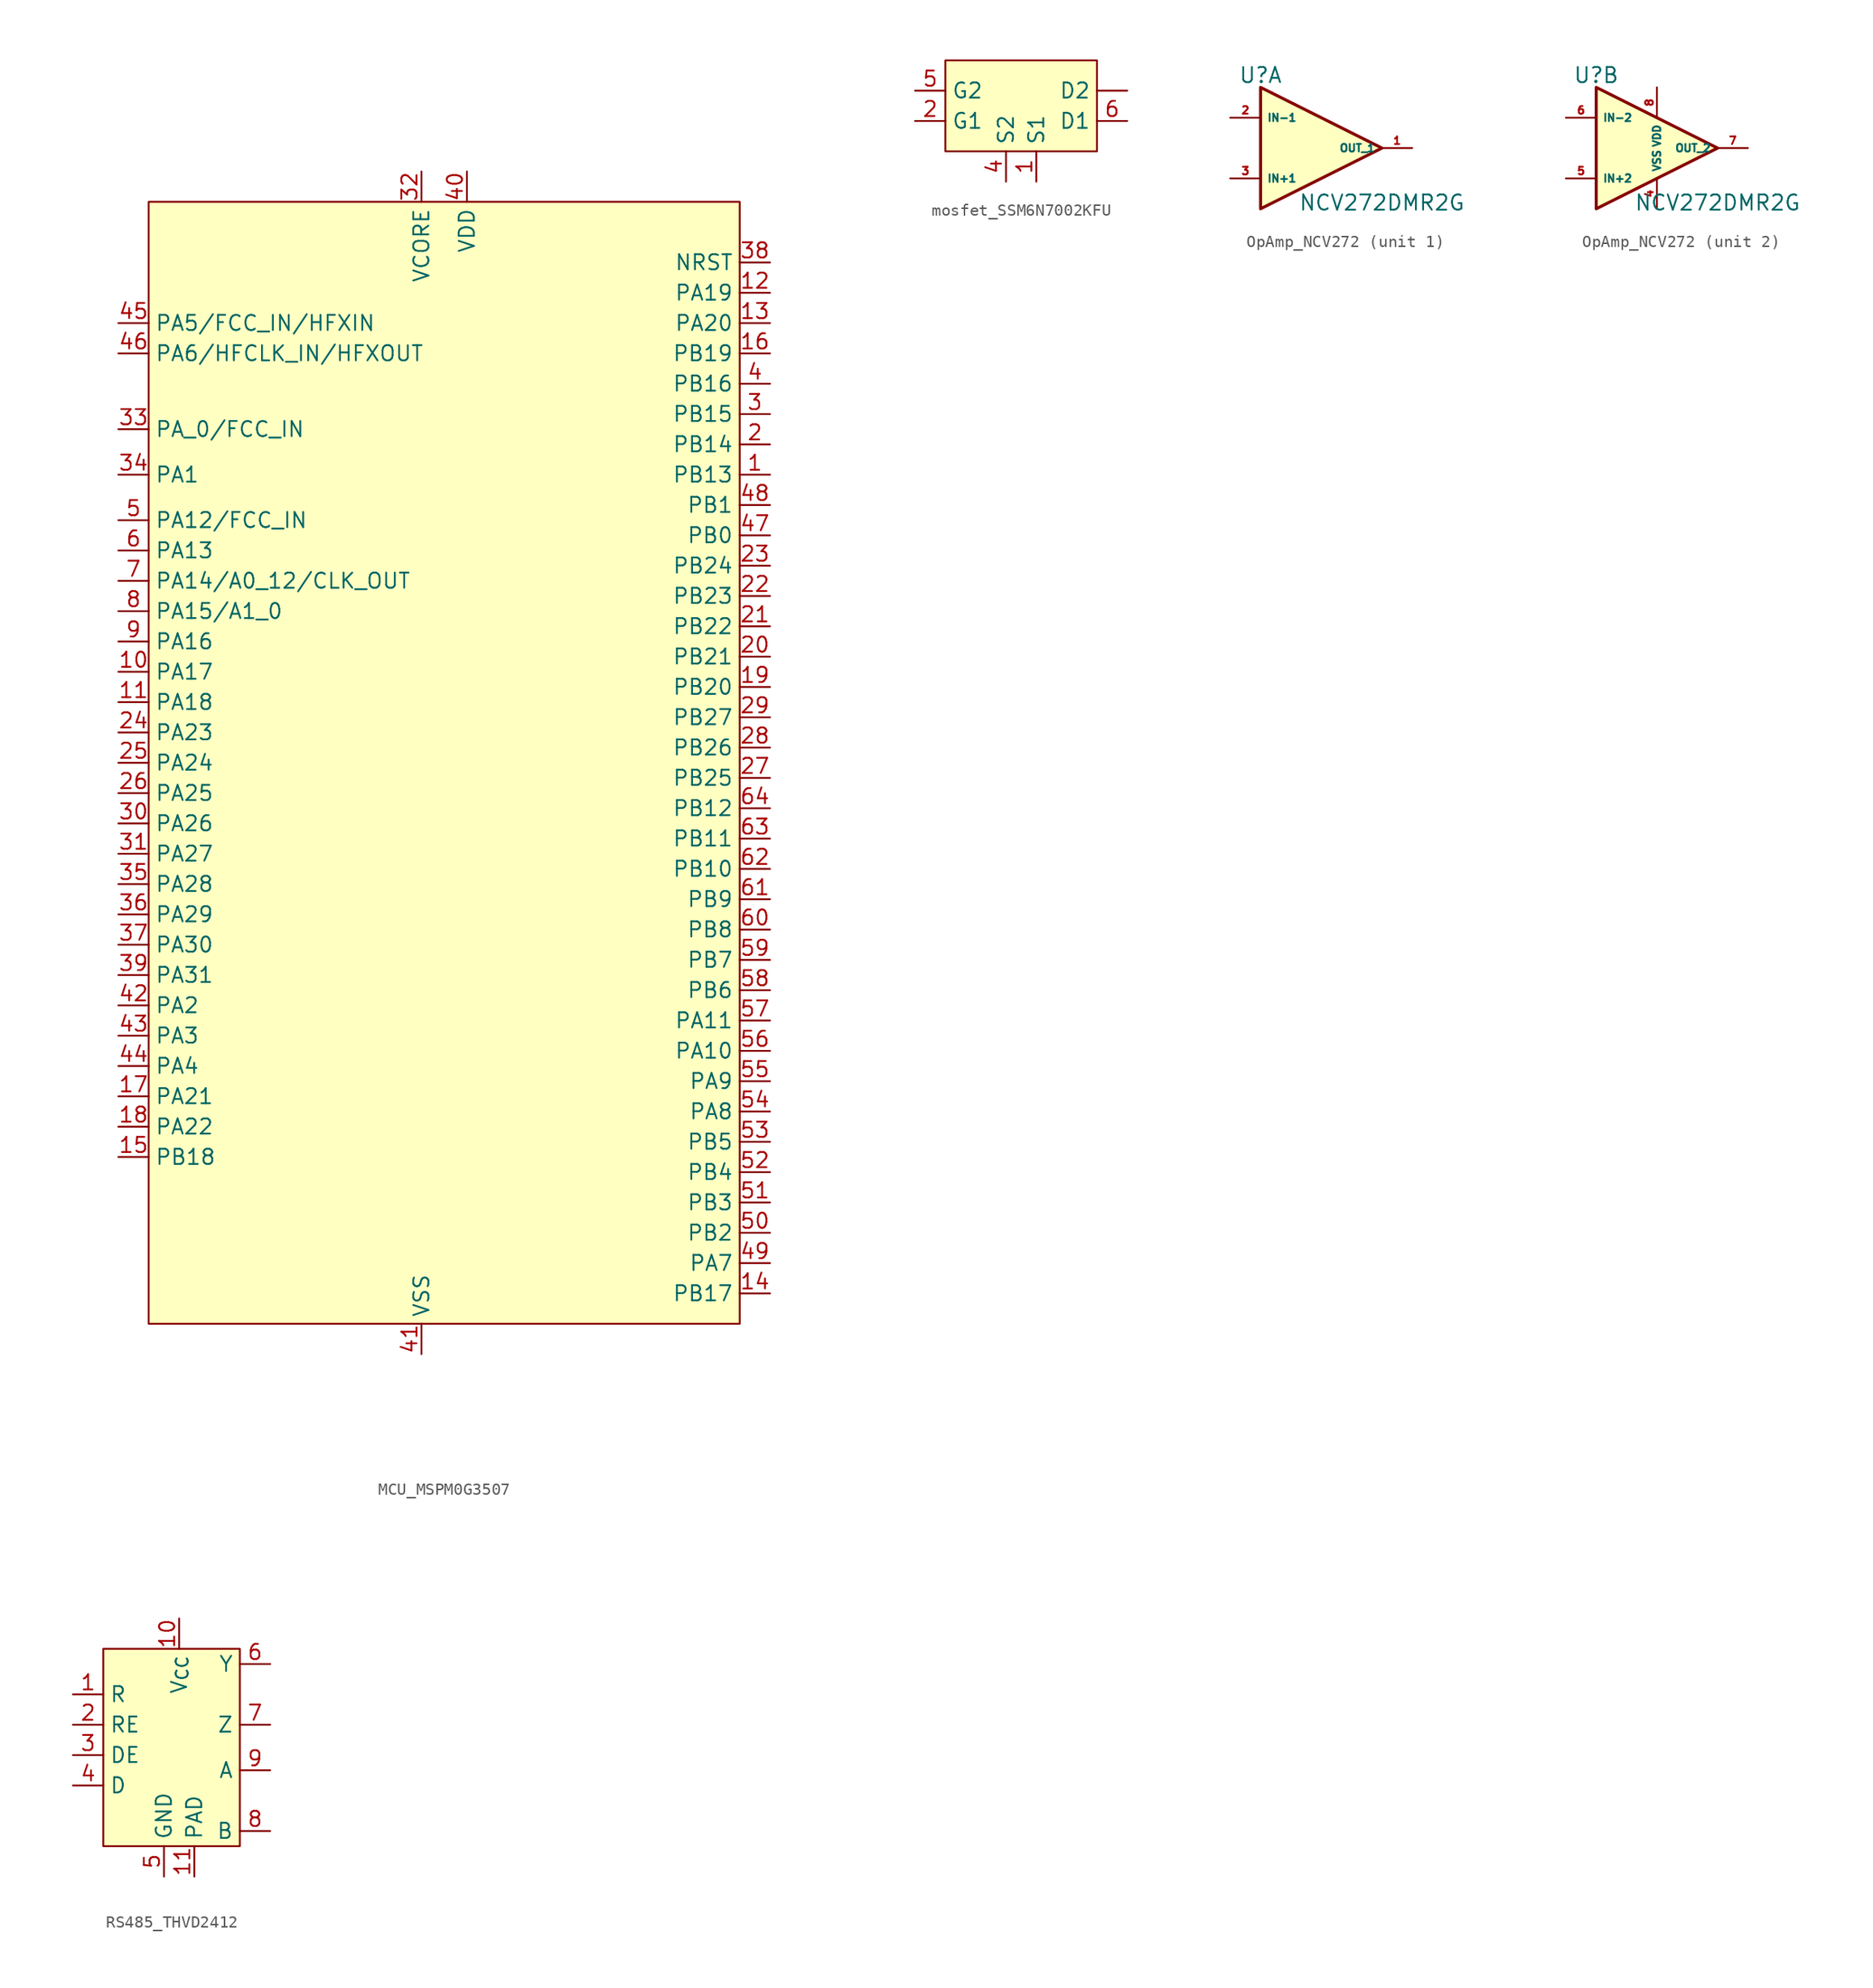
<source format=kicad_sym>
(kicad_symbol_lib
  (version 20241209)
  (generator "kicad_symbol_editor")
  (generator_version "9.0")
  (symbol "MCU_MSPM0G3507"
    (property "Reference" "U"
      (at 0 0 0)
      (effects (font (size 1.27 1.27)) (hide yes)))
    (property "Value" ""
      (at 0 0 0)
      (effects (font (size 1.27 1.27))))
    (symbol "MCU_MSPM0G3507_1_1"
      (rectangle (start -22.86 25.4) (end 26.67 -68.58) (stroke (width 0) (type solid)) (fill (type background)))
      (pin passive line (at -25.4 15.24 0) (length 2.54) (name "PA5/FCC_IN/HFXIN" (effects (font (size 1.27 1.27)))) (number "45" (effects (font (size 1.27 1.27)))) (alternate "FCC_IN" input line) (alternate "HFXIN" input line))
      (pin passive line (at -25.4 12.7 0) (length 2.54) (name "PA6/HFCLK_IN/HFXOUT" (effects (font (size 1.27 1.27)))) (number "46" (effects (font (size 1.27 1.27)))) (alternate "HFCLK_IN" input line) (alternate "HFXOUT" input line))
      (pin passive line (at -25.4 6.35 0) (length 2.54) (name "PA_0/FCC_IN" (effects (font (size 1.27 1.27)))) (number "33" (effects (font (size 1.27 1.27)))) (alternate "FCC_IN" input line))
      (pin passive line (at -25.4 2.54 0) (length 2.54) (name "PA1" (effects (font (size 1.27 1.27)))) (number "34" (effects (font (size 1.27 1.27)))))
      (pin passive line (at -25.4 -1.27 0) (length 2.54) (name "PA12/FCC_IN" (effects (font (size 1.27 1.27)))) (number "5" (effects (font (size 1.27 1.27)))) (alternate "FCC_IN" input line))
      (pin passive line (at -25.4 -3.81 0) (length 2.54) (name "PA13" (effects (font (size 1.27 1.27)))) (number "6" (effects (font (size 1.27 1.27)))))
      (pin passive line (at -25.4 -6.35 0) (length 2.54) (name "PA14/A0_12/CLK_OUT" (effects (font (size 1.27 1.27)))) (number "7" (effects (font (size 1.27 1.27)))) (alternate "A0__12" input line) (alternate "CLK_OUT" input line))
      (pin passive line (at -25.4 -8.89 0) (length 2.54) (name "PA15/A1_0" (effects (font (size 1.27 1.27)))) (number "8" (effects (font (size 1.27 1.27)))) (alternate "A1_0" input line))
      (pin passive line (at -25.4 -11.43 0) (length 2.54) (name "PA16" (effects (font (size 1.27 1.27)))) (number "9" (effects (font (size 1.27 1.27)))) (alternate "A1_1" input line) (alternate "FCC_IN" input line))
      (pin passive line (at -25.4 -13.97 0) (length 2.54) (name "PA17" (effects (font (size 1.27 1.27)))) (number "10" (effects (font (size 1.27 1.27)))) (alternate "A1_2" input line))
      (pin passive line (at -25.4 -16.51 0) (length 2.54) (name "PA18" (effects (font (size 1.27 1.27)))) (number "11" (effects (font (size 1.27 1.27)))) (alternate "A1_3" input line))
      (pin passive line (at -25.4 -19.05 0) (length 2.54) (name "PA23" (effects (font (size 1.27 1.27)))) (number "24" (effects (font (size 1.27 1.27)))) (alternate "VREF+" input line))
      (pin passive line (at -25.4 -21.59 0) (length 2.54) (name "PA24" (effects (font (size 1.27 1.27)))) (number "25" (effects (font (size 1.27 1.27)))) (alternate "A0_3" input line))
      (pin passive line (at -25.4 -24.13 0) (length 2.54) (name "PA25" (effects (font (size 1.27 1.27)))) (number "26" (effects (font (size 1.27 1.27)))) (alternate "A0_2" input line))
      (pin passive line (at -25.4 -26.67 0) (length 2.54) (name "PA26" (effects (font (size 1.27 1.27)))) (number "30" (effects (font (size 1.27 1.27)))) (alternate "A0_1" input line))
      (pin passive line (at -25.4 -29.21 0) (length 2.54) (name "PA27" (effects (font (size 1.27 1.27)))) (number "31" (effects (font (size 1.27 1.27)))) (alternate "A0_0" input line))
      (pin passive line (at -25.4 -31.75 0) (length 2.54) (name "PA28" (effects (font (size 1.27 1.27)))) (number "35" (effects (font (size 1.27 1.27)))))
      (pin passive line (at -25.4 -34.29 0) (length 2.54) (name "PA29" (effects (font (size 1.27 1.27)))) (number "36" (effects (font (size 1.27 1.27)))))
      (pin passive line (at -25.4 -36.83 0) (length 2.54) (name "PA30" (effects (font (size 1.27 1.27)))) (number "37" (effects (font (size 1.27 1.27)))))
      (pin passive line (at -25.4 -39.37 0) (length 2.54) (name "PA31" (effects (font (size 1.27 1.27)))) (number "39" (effects (font (size 1.27 1.27)))) (alternate "CLK_OUT" input line))
      (pin passive line (at -25.4 -41.91 0) (length 2.54) (name "PA2" (effects (font (size 1.27 1.27)))) (number "42" (effects (font (size 1.27 1.27)))) (alternate "ROSC" input line))
      (pin passive line (at -25.4 -44.45 0) (length 2.54) (name "PA3" (effects (font (size 1.27 1.27)))) (number "43" (effects (font (size 1.27 1.27)))) (alternate "LFXIN" input line))
      (pin passive line (at -25.4 -46.99 0) (length 2.54) (name "PA4" (effects (font (size 1.27 1.27)))) (number "44" (effects (font (size 1.27 1.27)))) (alternate "LFCLK_IN" input line) (alternate "LFXOUT" input line))
      (pin passive line (at -25.4 -49.53 0) (length 2.54) (name "PA21" (effects (font (size 1.27 1.27)))) (number "17" (effects (font (size 1.27 1.27)))) (alternate "A1_7" input line) (alternate "VREF-" input line))
      (pin passive line (at -25.4 -52.07 0) (length 2.54) (name "PA22" (effects (font (size 1.27 1.27)))) (number "18" (effects (font (size 1.27 1.27)))) (alternate "A0_7" input line) (alternate "CLK_OUT" input line))
      (pin passive line (at -25.4 -54.61 0) (length 2.54) (name "PB18" (effects (font (size 1.27 1.27)))) (number "15" (effects (font (size 1.27 1.27)))) (alternate "A1_5" input line))
      (pin passive line (at 0 27.94 270) (length 2.54) (name "VCORE" (effects (font (size 1.27 1.27)))) (number "32" (effects (font (size 1.27 1.27)))))
      (pin passive line (at 0 -71.12 90) (length 2.54) (name "VSS" (effects (font (size 1.27 1.27)))) (number "41" (effects (font (size 1.27 1.27)))))
      (pin passive line (at 3.81 27.94 270) (length 2.54) (name "VDD" (effects (font (size 1.27 1.27)))) (number "40" (effects (font (size 1.27 1.27)))))
      (pin passive line (at 29.21 20.32 180) (length 2.54) (name "NRST" (effects (font (size 1.27 1.27)))) (number "38" (effects (font (size 1.27 1.27)))))
      (pin passive line (at 29.21 17.78 180) (length 2.54) (name "PA19" (effects (font (size 1.27 1.27)))) (number "12" (effects (font (size 1.27 1.27)))) (alternate "SWDIO" input line))
      (pin passive line (at 29.21 15.24 180) (length 2.54) (name "PA20" (effects (font (size 1.27 1.27)))) (number "13" (effects (font (size 1.27 1.27)))) (alternate "SWCLK" input line))
      (pin passive line (at 29.21 12.7 180) (length 2.54) (name "PB19" (effects (font (size 1.27 1.27)))) (number "16" (effects (font (size 1.27 1.27)))) (alternate "A1_6" input line))
      (pin passive line (at 29.21 10.16 180) (length 2.54) (name "PB16" (effects (font (size 1.27 1.27)))) (number "4" (effects (font (size 1.27 1.27)))))
      (pin passive line (at 29.21 7.62 180) (length 2.54) (name "PB15" (effects (font (size 1.27 1.27)))) (number "3" (effects (font (size 1.27 1.27)))))
      (pin passive line (at 29.21 5.08 180) (length 2.54) (name "PB14" (effects (font (size 1.27 1.27)))) (number "2" (effects (font (size 1.27 1.27)))))
      (pin passive line (at 29.21 2.54 180) (length 2.54) (name "PB13" (effects (font (size 1.27 1.27)))) (number "1" (effects (font (size 1.27 1.27)))))
      (pin passive line (at 29.21 0 180) (length 2.54) (name "PB1" (effects (font (size 1.27 1.27)))) (number "48" (effects (font (size 1.27 1.27)))))
      (pin passive line (at 29.21 -2.54 180) (length 2.54) (name "PB0" (effects (font (size 1.27 1.27)))) (number "47" (effects (font (size 1.27 1.27)))))
      (pin passive line (at 29.21 -5.08 180) (length 2.54) (name "PB24" (effects (font (size 1.27 1.27)))) (number "23" (effects (font (size 1.27 1.27)))) (alternate "A0_5" input line))
      (pin passive line (at 29.21 -7.62 180) (length 2.54) (name "PB23" (effects (font (size 1.27 1.27)))) (number "22" (effects (font (size 1.27 1.27)))))
      (pin passive line (at 29.21 -10.16 180) (length 2.54) (name "PB22" (effects (font (size 1.27 1.27)))) (number "21" (effects (font (size 1.27 1.27)))))
      (pin passive line (at 29.21 -12.7 180) (length 2.54) (name "PB21" (effects (font (size 1.27 1.27)))) (number "20" (effects (font (size 1.27 1.27)))))
      (pin passive line (at 29.21 -15.24 180) (length 2.54) (name "PB20" (effects (font (size 1.27 1.27)))) (number "19" (effects (font (size 1.27 1.27)))) (alternate "A0_6" input line))
      (pin passive line (at 29.21 -17.78 180) (length 2.54) (name "PB27" (effects (font (size 1.27 1.27)))) (number "29" (effects (font (size 1.27 1.27)))))
      (pin passive line (at 29.21 -20.32 180) (length 2.54) (name "PB26" (effects (font (size 1.27 1.27)))) (number "28" (effects (font (size 1.27 1.27)))))
      (pin passive line (at 29.21 -22.86 180) (length 2.54) (name "PB25" (effects (font (size 1.27 1.27)))) (number "27" (effects (font (size 1.27 1.27)))) (alternate "A0_4" input line))
      (pin passive line (at 29.21 -25.4 180) (length 2.54) (name "PB12" (effects (font (size 1.27 1.27)))) (number "64" (effects (font (size 1.27 1.27)))))
      (pin passive line (at 29.21 -27.94 180) (length 2.54) (name "PB11" (effects (font (size 1.27 1.27)))) (number "63" (effects (font (size 1.27 1.27)))) (alternate "CLK_OUT" input line))
      (pin passive line (at 29.21 -30.48 180) (length 2.54) (name "PB10" (effects (font (size 1.27 1.27)))) (number "62" (effects (font (size 1.27 1.27)))))
      (pin passive line (at 29.21 -33.02 180) (length 2.54) (name "PB9" (effects (font (size 1.27 1.27)))) (number "61" (effects (font (size 1.27 1.27)))))
      (pin passive line (at 29.21 -35.56 180) (length 2.54) (name "PB8" (effects (font (size 1.27 1.27)))) (number "60" (effects (font (size 1.27 1.27)))))
      (pin passive line (at 29.21 -38.1 180) (length 2.54) (name "PB7" (effects (font (size 1.27 1.27)))) (number "59" (effects (font (size 1.27 1.27)))))
      (pin passive line (at 29.21 -40.64 180) (length 2.54) (name "PB6" (effects (font (size 1.27 1.27)))) (number "58" (effects (font (size 1.27 1.27)))))
      (pin passive line (at 29.21 -43.18 180) (length 2.54) (name "PA11" (effects (font (size 1.27 1.27)))) (number "57" (effects (font (size 1.27 1.27)))))
      (pin passive line (at 29.21 -45.72 180) (length 2.54) (name "PA10" (effects (font (size 1.27 1.27)))) (number "56" (effects (font (size 1.27 1.27)))) (alternate "CLK_OUT" input line))
      (pin passive line (at 29.21 -48.26 180) (length 2.54) (name "PA9" (effects (font (size 1.27 1.27)))) (number "55" (effects (font (size 1.27 1.27)))) (alternate "CLK_OUT" input line) (alternate "RTC_OUT" input line))
      (pin passive line (at 29.21 -50.8 180) (length 2.54) (name "PA8" (effects (font (size 1.27 1.27)))) (number "54" (effects (font (size 1.27 1.27)))))
      (pin passive line (at 29.21 -53.34 180) (length 2.54) (name "PB5" (effects (font (size 1.27 1.27)))) (number "53" (effects (font (size 1.27 1.27)))))
      (pin passive line (at 29.21 -55.88 180) (length 2.54) (name "PB4" (effects (font (size 1.27 1.27)))) (number "52" (effects (font (size 1.27 1.27)))))
      (pin passive line (at 29.21 -58.42 180) (length 2.54) (name "PB3" (effects (font (size 1.27 1.27)))) (number "51" (effects (font (size 1.27 1.27)))))
      (pin passive line (at 29.21 -60.96 180) (length 2.54) (name "PB2" (effects (font (size 1.27 1.27)))) (number "50" (effects (font (size 1.27 1.27)))))
      (pin passive line (at 29.21 -63.5 180) (length 2.54) (name "PA7" (effects (font (size 1.27 1.27)))) (number "49" (effects (font (size 1.27 1.27)))) (alternate "CLK_OUT" input line))
      (pin passive line (at 29.21 -66.04 180) (length 2.54) (name "PB17" (effects (font (size 1.27 1.27)))) (number "14" (effects (font (size 1.27 1.27)))) (alternate "A1_4" input line))))
  (symbol "mosfet_SSM6N7002KFU"
    (property "Reference" "U"
      (at -12.7 0 0)
      (effects (font (size 1.27 1.27)) (hide yes)))
    (property "Value" ""
      (at 0 0 0)
      (effects (font (size 1.27 1.27))))
    (symbol "mosfet_SSM6N7002KFU_1_1"
      (rectangle (start -10.16 6.35) (end 2.54 -1.27) (stroke (width 0) (type solid)) (fill (type background)))
      (pin input line (at -12.7 3.81 0) (length 2.54) (name "G2" (effects (font (size 1.27 1.27)))) (number "5" (effects (font (size 1.27 1.27)))))
      (pin input line (at -12.7 1.27 0) (length 2.54) (name "G1" (effects (font (size 1.27 1.27)))) (number "2" (effects (font (size 1.27 1.27)))))
      (pin passive line (at -5.08 -3.81 90) (length 2.54) (name "S2" (effects (font (size 1.27 1.27)))) (number "4" (effects (font (size 1.27 1.27)))))
      (pin passive line (at -2.54 -3.81 90) (length 2.54) (name "S1" (effects (font (size 1.27 1.27)))) (number "1" (effects (font (size 1.27 1.27)))))
      (pin passive line (at 5.08 3.81 180) (length 2.54) (name "D2" (effects (font (size 1.27 1.27)))) (number "" (effects (font (size 1.27 1.27)))))
      (pin passive line (at 5.08 1.27 180) (length 2.54) (name "D1" (effects (font (size 1.27 1.27)))) (number "6" (effects (font (size 1.27 1.27)))))))
  (symbol "OpAmp_NCV272"
    (property "Reference" "U"
      (at 0 3.556 0)
      (effects (font (size 1.27 1.27))))
    (property "Value" "NCV272DMR2G"
      (at 10.16 -7.112 0)
      (effects (font (size 1.27 1.27))))
    (symbol "OpAmp_NCV272_1_1"
      (polyline (pts (xy 0 2.54) (xy 10.16 -2.54) (xy 0 -7.62) (xy 0 2.54)) (stroke (width 0.254) (type default)) (fill (type background)))
      (pin input line (at -2.54 0 0) (length 2.54) (name "IN-1" (effects (font (size 0.635 0.635)))) (number "2" (effects (font (size 0.635 0.635)))))
      (pin input line (at -2.54 -5.08 0) (length 2.54) (name "IN+1" (effects (font (size 0.635 0.635)))) (number "3" (effects (font (size 0.635 0.635)))))
      (pin output line (at 12.7 -2.54 180) (length 2.54) (name "OUT_1" (effects (font (size 0.635 0.635)))) (number "1" (effects (font (size 0.635 0.635))))))
    (symbol "OpAmp_NCV272_2_1"
      (polyline (pts (xy 0 2.54) (xy 10.16 -2.54) (xy 0 -7.62) (xy 0 2.54)) (stroke (width 0.254) (type default)) (fill (type background)))
      (pin input line (at -2.54 0 0) (length 2.54) (name "IN-2" (effects (font (size 0.635 0.635)))) (number "6" (effects (font (size 0.635 0.635)))))
      (pin input line (at -2.54 -5.08 0) (length 2.54) (name "IN+2" (effects (font (size 0.635 0.635)))) (number "5" (effects (font (size 0.635 0.635)))))
      (pin input line (at 5.08 2.54 270) (length 2.54) (name "VDD" (effects (font (size 0.635 0.635)))) (number "8" (effects (font (size 0.635 0.635)))))
      (pin input line (at 5.08 -7.62 90) (length 2.54) (name "VSS" (effects (font (size 0.635 0.635)))) (number "4" (effects (font (size 0.635 0.635)))))
      (pin output line (at 12.7 -2.54 180) (length 2.54) (name "OUT_2" (effects (font (size 0.635 0.635)))) (number "7" (effects (font (size 0.635 0.635)))))))
  (symbol "RS485_THVD2412"
    (property "Reference" "U"
      (at -2.54 0 0)
      (effects (font (size 1.27 1.27)) (hide yes)))
    (property "Value" ""
      (at 0 0 0)
      (effects (font (size 1.27 1.27))))
    (symbol "RS485_THVD2412_1_1"
      (rectangle (start -6.35 -5.08) (end 5.08 -21.59) (stroke (width 0) (type solid)) (fill (type color) (color 255 255 194 1)))
      (pin output line (at -8.89 -8.89 0) (length 2.54) (name "R" (effects (font (size 1.27 1.27)))) (number "1" (effects (font (size 1.27 1.27)))))
      (pin input line (at -8.89 -11.43 0) (length 2.54) (name "RE" (effects (font (size 1.27 1.27)))) (number "2" (effects (font (size 1.27 1.27)))))
      (pin input line (at -8.89 -13.97 0) (length 2.54) (name "DE" (effects (font (size 1.27 1.27)))) (number "3" (effects (font (size 1.27 1.27)))))
      (pin input line (at -8.89 -16.51 0) (length 2.54) (name "D" (effects (font (size 1.27 1.27)))) (number "4" (effects (font (size 1.27 1.27)))))
      (pin passive line (at -1.27 -24.13 90) (length 2.54) (name "GND" (effects (font (size 1.27 1.27)))) (number "5" (effects (font (size 1.27 1.27)))))
      (pin power_in line (at 0 -2.54 270) (length 2.54) (name "V_{CC}" (effects (font (size 1.27 1.27)))) (number "10" (effects (font (size 1.27 1.27)))))
      (pin passive line (at 1.27 -24.13 90) (length 2.54) (name "PAD" (effects (font (size 1.27 1.27)))) (number "11" (effects (font (size 1.27 1.27)))))
      (pin output line (at 7.62 -6.35 180) (length 2.54) (name "Y" (effects (font (size 1.27 1.27)))) (number "6" (effects (font (size 1.27 1.27)))))
      (pin output line (at 7.62 -11.43 180) (length 2.54) (name "Z" (effects (font (size 1.27 1.27)))) (number "7" (effects (font (size 1.27 1.27)))))
      (pin input line (at 7.62 -15.24 180) (length 2.54) (name "A" (effects (font (size 1.27 1.27)))) (number "9" (effects (font (size 1.27 1.27)))))
      (pin input line (at 7.62 -20.32 180) (length 2.54) (name "B" (effects (font (size 1.27 1.27)))) (number "8" (effects (font (size 1.27 1.27))))))))
</source>
